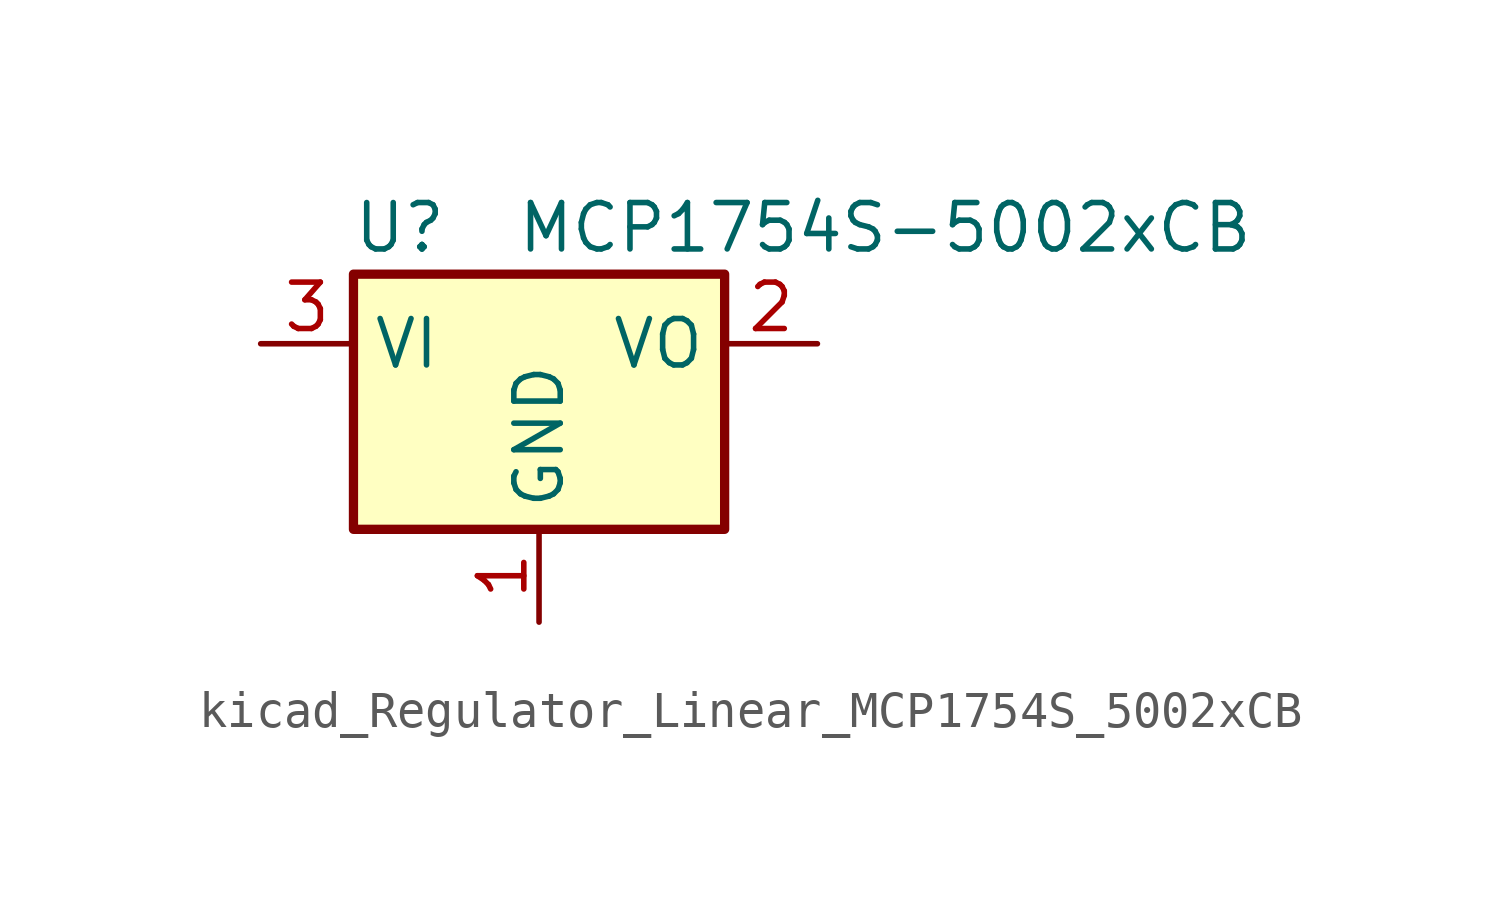
<source format=kicad_sym>
(kicad_symbol_lib
  (version 20220914)
  (generator kicad_symbol_editor)
  (symbol "kicad_Regulator_Linear_MCP1754S_5002xCB"
    (property "Reference" "U"
      (at -3.81 3.175 0)
      (effects (font (size 1.27 1.27))))
    (property "Value" "MCP1754S-5002xCB"
      (at -0.635 3.175 0)
      (effects (font (size 1.27 1.27)) (justify left)))
    (symbol "kicad_Regulator_Linear_MCP1754S_5002xCB_0_1"
      (rectangle (start -5.08 -5.08) (end 5.08 1.905) (stroke (width 0.254) (type default)) (fill (type background))))
    (symbol "kicad_Regulator_Linear_MCP1754S_5002xCB_1_1"
      (pin power_in line (at 0 -7.62 90) (length 2.54) (name "GND" (effects (font (size 1.27 1.27)))) (number "1" (effects (font (size 1.27 1.27)))))
      (pin power_out line (at 7.62 0 180) (length 2.54) (name "VO" (effects (font (size 1.27 1.27)))) (number "2" (effects (font (size 1.27 1.27)))))
      (pin power_in line (at -7.62 0 0) (length 2.54) (name "VI" (effects (font (size 1.27 1.27)))) (number "3" (effects (font (size 1.27 1.27))))))))
</source>
